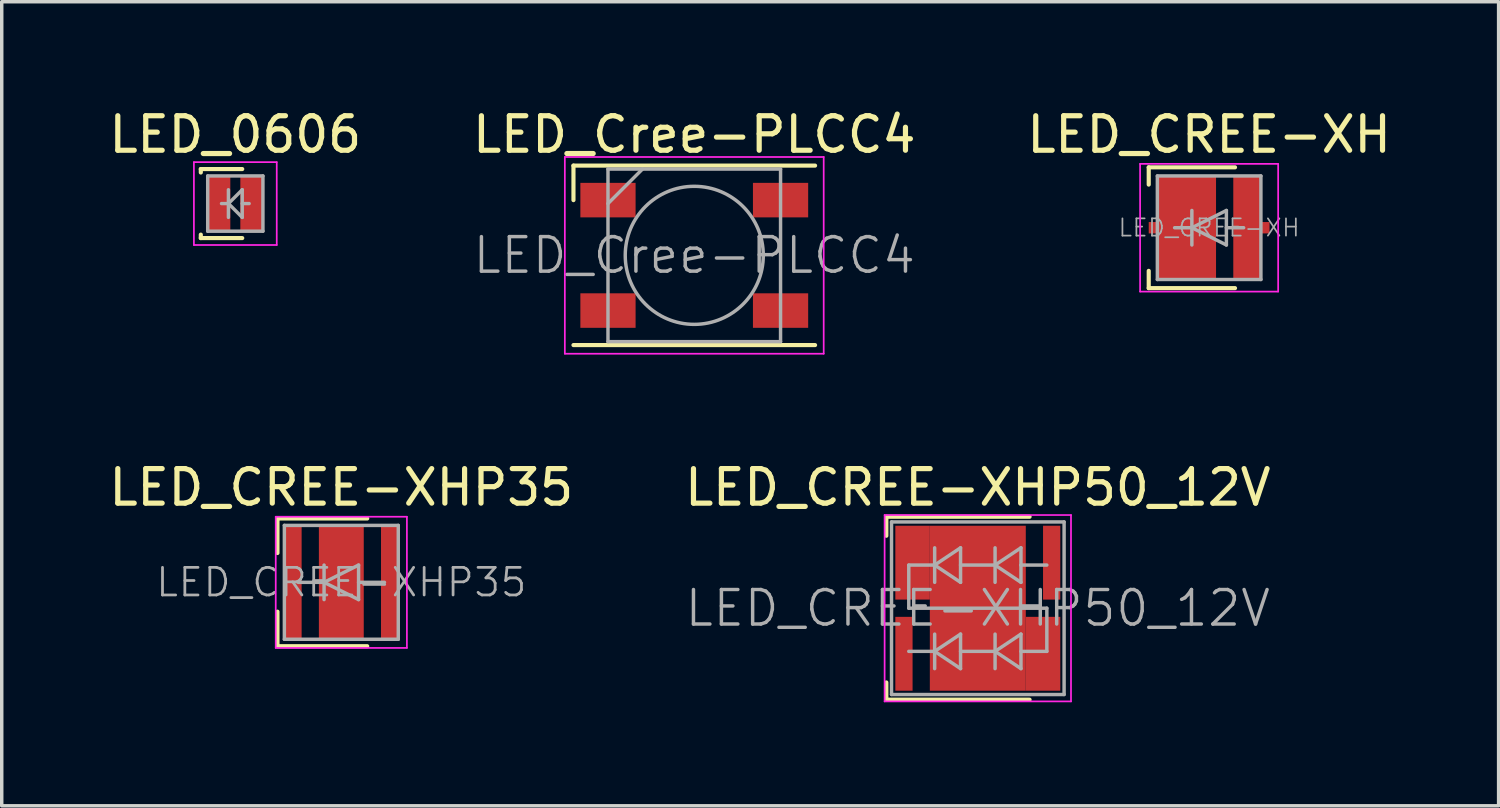
<source format=kicad_pcb>
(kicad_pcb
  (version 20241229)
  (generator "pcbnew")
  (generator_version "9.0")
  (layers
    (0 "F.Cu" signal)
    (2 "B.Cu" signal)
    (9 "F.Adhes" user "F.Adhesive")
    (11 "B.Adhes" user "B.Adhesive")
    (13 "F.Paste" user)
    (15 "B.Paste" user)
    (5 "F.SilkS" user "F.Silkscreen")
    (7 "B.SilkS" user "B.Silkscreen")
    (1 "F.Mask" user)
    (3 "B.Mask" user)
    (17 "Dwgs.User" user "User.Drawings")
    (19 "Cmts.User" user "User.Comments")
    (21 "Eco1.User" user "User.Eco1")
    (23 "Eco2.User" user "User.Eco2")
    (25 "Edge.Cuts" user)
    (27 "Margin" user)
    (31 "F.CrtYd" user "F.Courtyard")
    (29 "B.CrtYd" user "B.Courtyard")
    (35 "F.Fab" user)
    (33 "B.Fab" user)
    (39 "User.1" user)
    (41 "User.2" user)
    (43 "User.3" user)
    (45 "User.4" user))
  (footprint "LED_CREE-XHP35"
    (layer "F.Cu")
    (at 6.839 13.822)
    (property "Reference" "LED_CREE-XHP35" (at 0 -2.75 0) (layer "F.SilkS") (effects (font (size 1 1) (thickness 0.15))))
    (attr smd)
    (fp_line (start -1.85 -1.85) (end -1.85 -0.85) (stroke (width 0.12) (type solid)) (layer "F.SilkS"))
    (fp_line (start -1.85 1.85) (end -1.85 0.85) (stroke (width 0.12) (type solid)) (layer "F.SilkS"))
    (fp_line (start 0.75 -1.85) (end -1.85 -1.85) (stroke (width 0.12) (type solid)) (layer "F.SilkS"))
    (fp_line (start 0.75 1.85) (end -1.85 1.85) (stroke (width 0.12) (type solid)) (layer "F.SilkS"))
    (fp_line (start -1.9 -1.9) (end -1.9 1.9) (stroke (width 0.05) (type solid)) (layer "F.CrtYd"))
    (fp_line (start -1.9 1.9) (end 1.9 1.9) (stroke (width 0.05) (type solid)) (layer "F.CrtYd"))
    (fp_line (start 1.9 -1.9) (end -1.9 -1.9) (stroke (width 0.05) (type solid)) (layer "F.CrtYd"))
    (fp_line (start 1.9 1.9) (end 1.9 -1.9) (stroke (width 0.05) (type solid)) (layer "F.CrtYd"))
    (fp_line (start -1.65 -1.65) (end 1.65 -1.65) (stroke (width 0.1) (type solid)) (layer "F.Fab"))
    (fp_line (start -1.65 1.65) (end -1.65 -1.65) (stroke (width 0.1) (type solid)) (layer "F.Fab"))
    (fp_line (start -1.25 0) (end -0.5 0) (stroke (width 0.1) (type solid)) (layer "F.Fab"))
    (fp_line (start -0.5 -0.5) (end -0.5 0.5) (stroke (width 0.1) (type solid)) (layer "F.Fab"))
    (fp_line (start -0.5 0) (end 0.5 -0.5) (stroke (width 0.1) (type solid)) (layer "F.Fab"))
    (fp_line (start 0.5 -0.5) (end 0.5 0.5) (stroke (width 0.1) (type solid)) (layer "F.Fab"))
    (fp_line (start 0.5 0.5) (end -0.5 0) (stroke (width 0.1) (type solid)) (layer "F.Fab"))
    (fp_line (start 1.25 0) (end 0.5 0) (stroke (width 0.1) (type solid)) (layer "F.Fab"))
    (fp_line (start 1.65 -1.65) (end 1.65 1.65) (stroke (width 0.1) (type solid)) (layer "F.Fab"))
    (fp_line (start 1.65 1.65) (end -1.65 1.65) (stroke (width 0.1) (type solid)) (layer "F.Fab"))
    (fp_text user "${REFERENCE}" (at 0 0 0) (layer "F.Fab") (effects (font (size 0.8 0.8) (thickness 0.08))))
    (pad "" smd rect (at 0 -1) (size 1.01 0.75) (layers "F.Paste"))
    (pad "" smd rect (at 0 0) (size 1.01 0.75) (layers "F.Paste"))
    (pad "" smd rect (at 0 1) (size 1.01 0.75) (layers "F.Paste"))
    (pad "1" smd rect (at -1.4 0) (size 0.5 3.3) (layers "F.Cu" "F.Mask" "F.Paste"))
    (pad "2" smd rect (at 1.4 0) (size 0.5 3.3) (layers "F.Cu" "F.Mask" "F.Paste"))
    (pad "3" smd rect (at 0 0) (size 1.3 3.3) (layers "F.Cu" "F.Mask")))
  (footprint "LED_CREE-XHP50_12V"
    (layer "F.Cu")
    (at 25.28 14.572)
    (property "Reference" "LED_CREE-XHP50_12V" (at 0 -3.5 0) (layer "F.SilkS") (effects (font (size 1 1) (thickness 0.15))))
    (attr smd)
    (fp_line (start -2.65 -2.65) (end -2.65 -2.1) (stroke (width 0.12) (type solid)) (layer "F.SilkS"))
    (fp_line (start -2.65 2.65) (end -2.65 2.15) (stroke (width 0.12) (type solid)) (layer "F.SilkS"))
    (fp_line (start 1.5 -2.65) (end -2.65 -2.65) (stroke (width 0.12) (type solid)) (layer "F.SilkS"))
    (fp_line (start 1.5 2.65) (end -2.65 2.65) (stroke (width 0.12) (type solid)) (layer "F.SilkS"))
    (fp_line (start -2.7 -2.7) (end -2.7 2.7) (stroke (width 0.05) (type solid)) (layer "F.CrtYd"))
    (fp_line (start -2.7 2.7) (end 2.7 2.7) (stroke (width 0.05) (type solid)) (layer "F.CrtYd"))
    (fp_line (start 2.7 -2.7) (end -2.7 -2.7) (stroke (width 0.05) (type solid)) (layer "F.CrtYd"))
    (fp_line (start 2.7 2.7) (end 2.7 -2.7) (stroke (width 0.05) (type solid)) (layer "F.CrtYd"))
    (fp_line (start -2.5 -2.5) (end 2.5 -2.5) (stroke (width 0.1) (type solid)) (layer "F.Fab"))
    (fp_line (start -2.5 2.5) (end -2.5 -2.5) (stroke (width 0.1) (type solid)) (layer "F.Fab"))
    (fp_line (start -2 -1.25) (end -2 0) (stroke (width 0.1) (type solid)) (layer "F.Fab"))
    (fp_line (start -2 -1.25) (end -1.25 -1.25) (stroke (width 0.1) (type solid)) (layer "F.Fab"))
    (fp_line (start -2 0) (end 2 0) (stroke (width 0.1) (type solid)) (layer "F.Fab"))
    (fp_line (start -2 1.25) (end -1.25 1.25) (stroke (width 0.1) (type solid)) (layer "F.Fab"))
    (fp_line (start -1.25 -1.25) (end -1.25 -1.75) (stroke (width 0.1) (type solid)) (layer "F.Fab"))
    (fp_line (start -1.25 -1.25) (end -1.25 -0.75) (stroke (width 0.1) (type solid)) (layer "F.Fab"))
    (fp_line (start -1.25 -1.25) (end -0.5 -1.75) (stroke (width 0.1) (type solid)) (layer "F.Fab"))
    (fp_line (start -1.25 1.25) (end -1.25 0.75) (stroke (width 0.1) (type solid)) (layer "F.Fab"))
    (fp_line (start -1.25 1.25) (end -1.25 1.75) (stroke (width 0.1) (type solid)) (layer "F.Fab"))
    (fp_line (start -1.25 1.25) (end -0.5 0.75) (stroke (width 0.1) (type solid)) (layer "F.Fab"))
    (fp_line (start -0.5 -1.75) (end -0.5 -0.75) (stroke (width 0.1) (type solid)) (layer "F.Fab"))
    (fp_line (start -0.5 -1.25) (end 0.5 -1.25) (stroke (width 0.1) (type solid)) (layer "F.Fab"))
    (fp_line (start -0.5 -0.75) (end -1.25 -1.25) (stroke (width 0.1) (type solid)) (layer "F.Fab"))
    (fp_line (start -0.5 0.75) (end -0.5 1.75) (stroke (width 0.1) (type solid)) (layer "F.Fab"))
    (fp_line (start -0.5 1.25) (end 0.5 1.25) (stroke (width 0.1) (type solid)) (layer "F.Fab"))
    (fp_line (start -0.5 1.75) (end -1.25 1.25) (stroke (width 0.1) (type solid)) (layer "F.Fab"))
    (fp_line (start 0.5 -1.75) (end 0.5 -0.75) (stroke (width 0.1) (type solid)) (layer "F.Fab"))
    (fp_line (start 0.5 -1.25) (end 1.25 -0.75) (stroke (width 0.1) (type solid)) (layer "F.Fab"))
    (fp_line (start 0.5 0.75) (end 0.5 1.75) (stroke (width 0.1) (type solid)) (layer "F.Fab"))
    (fp_line (start 0.5 1.25) (end 1.25 1.75) (stroke (width 0.1) (type solid)) (layer "F.Fab"))
    (fp_line (start 1.25 -1.75) (end 0.5 -1.25) (stroke (width 0.1) (type solid)) (layer "F.Fab"))
    (fp_line (start 1.25 -1.25) (end 1.25 -1.75) (stroke (width 0.1) (type solid)) (layer "F.Fab"))
    (fp_line (start 1.25 -0.75) (end 1.25 -1.25) (stroke (width 0.1) (type solid)) (layer "F.Fab"))
    (fp_line (start 1.25 0.75) (end 0.5 1.25) (stroke (width 0.1) (type solid)) (layer "F.Fab"))
    (fp_line (start 1.25 0.75) (end 1.25 1.75) (stroke (width 0.1) (type solid)) (layer "F.Fab"))
    (fp_line (start 2 -1.25) (end 1.25 -1.25) (stroke (width 0.1) (type solid)) (layer "F.Fab"))
    (fp_line (start 2 0) (end 2 1.25) (stroke (width 0.1) (type solid)) (layer "F.Fab"))
    (fp_line (start 2 1.25) (end 1.25 1.25) (stroke (width 0.1) (type solid)) (layer "F.Fab"))
    (fp_line (start 2.5 -2.5) (end 2.5 2.5) (stroke (width 0.1) (type solid)) (layer "F.Fab"))
    (fp_line (start 2.5 2.5) (end -2.5 2.5) (stroke (width 0.1) (type solid)) (layer "F.Fab"))
    (fp_text user "${REFERENCE}" (at 0 0 0) (layer "F.Fab") (effects (font (size 1 1) (thickness 0.1))))
    (pad "" smd rect (at -2.14 -1.32) (size 0.5 2.14) (layers "F.Paste"))
    (pad "" smd rect (at -0.61 -1.575) (size 0.97 0.8) (layers "F.Paste"))
    (pad "" smd rect (at -0.61 -0.525) (size 0.97 0.8) (layers "F.Paste"))
    (pad "" smd rect (at -0.61 0.525) (size 0.97 0.8) (layers "F.Paste"))
    (pad "" smd rect (at -0.61 1.575) (size 0.97 0.8) (layers "F.Paste"))
    (pad "" smd rect (at 0.61 -1.575) (size 0.97 0.8) (layers "F.Paste"))
    (pad "" smd rect (at 0.61 -0.525) (size 0.97 0.8) (layers "F.Paste"))
    (pad "" smd rect (at 0.61 0.525) (size 0.97 0.8) (layers "F.Paste"))
    (pad "" smd rect (at 0.61 1.575) (size 0.97 0.8) (layers "F.Paste"))
    (pad "" smd rect (at 2.14 1.32) (size 0.5 2.14) (layers "F.Paste"))
    (pad "1" smd rect (at -2.14 1.32) (size 0.5 2.14) (layers "F.Cu" "F.Mask" "F.Paste"))
    (pad "2" smd rect (at 2.14 -1.32) (size 0.5 2.14) (layers "F.Cu" "F.Mask" "F.Paste"))
    (pad "3" smd rect (at -1.89 -1.32) (size 1 2.14) (layers "F.Cu" "F.Mask"))
    (pad "3" smd rect (at 0 0) (size 2.78 4.78) (layers "F.Cu" "F.Mask"))
    (pad "3" smd rect (at 1.89 1.32) (size 1 2.14) (layers "F.Cu" "F.Mask")))
  (footprint "LED_0606"
    (layer "F.Cu")
    (at 3.768 2.848)
    (property "Reference" "LED_0606" (at 0 -2 0) (layer "F.SilkS") (effects (font (size 1 1) (thickness 0.15))))
    (attr smd)
    (fp_line (start -1 -1) (end -1 -0.9) (stroke (width 0.12) (type solid)) (layer "F.SilkS"))
    (fp_line (start -1 -1) (end 0.2 -1) (stroke (width 0.12) (type solid)) (layer "F.SilkS"))
    (fp_line (start -1 1) (end -1 0.9) (stroke (width 0.12) (type solid)) (layer "F.SilkS"))
    (fp_line (start -1 1) (end 0.2 1) (stroke (width 0.12) (type solid)) (layer "F.SilkS"))
    (fp_line (start -1.2 -1.2) (end -1.2 1.2) (stroke (width 0.05) (type solid)) (layer "F.CrtYd"))
    (fp_line (start -1.2 1.2) (end 1.2 1.2) (stroke (width 0.05) (type solid)) (layer "F.CrtYd"))
    (fp_line (start 1.2 -1.2) (end -1.2 -1.2) (stroke (width 0.05) (type solid)) (layer "F.CrtYd"))
    (fp_line (start 1.2 1.2) (end 1.2 -1.2) (stroke (width 0.05) (type solid)) (layer "F.CrtYd"))
    (fp_line (start -0.8 -0.8) (end 0.8 -0.8) (stroke (width 0.1) (type solid)) (layer "F.Fab"))
    (fp_line (start -0.8 0.8) (end -0.8 -0.8) (stroke (width 0.1) (type solid)) (layer "F.Fab"))
    (fp_line (start -0.4 0) (end -0.2 0) (stroke (width 0.1) (type solid)) (layer "F.Fab"))
    (fp_line (start -0.2 -0.4) (end -0.2 0) (stroke (width 0.1) (type solid)) (layer "F.Fab"))
    (fp_line (start -0.2 0) (end -0.2 0.4) (stroke (width 0.1) (type solid)) (layer "F.Fab"))
    (fp_line (start -0.2 0) (end 0.2 -0.4) (stroke (width 0.1) (type solid)) (layer "F.Fab"))
    (fp_line (start 0.2 -0.4) (end 0.2 0.4) (stroke (width 0.1) (type solid)) (layer "F.Fab"))
    (fp_line (start 0.2 0) (end 0.4 0) (stroke (width 0.1) (type solid)) (layer "F.Fab"))
    (fp_line (start 0.2 0.4) (end -0.2 0) (stroke (width 0.1) (type solid)) (layer "F.Fab"))
    (fp_line (start 0.8 -0.8) (end 0.8 0.8) (stroke (width 0.1) (type solid)) (layer "F.Fab"))
    (fp_line (start 0.8 0.8) (end -0.8 0.8) (stroke (width 0.1) (type solid)) (layer "F.Fab"))
    (pad "1" smd rect (at -0.47 0 180) (size 0.65 1.6) (layers "F.Cu" "F.Mask" "F.Paste"))
    (pad "2" smd rect (at 0.47 0 180) (size 0.65 1.6) (layers "F.Cu" "F.Mask" "F.Paste")))
  (footprint "LED_CREE-XH"
    (layer "F.Cu")
    (at 31.982 3.548)
    (property "Reference" "LED_CREE-XH" (at 0 -2.7 0) (layer "F.SilkS") (effects (font (size 1 1) (thickness 0.15))))
    (attr smd)
    (fp_line (start -1.75 -1.75) (end -1.75 -1.25) (stroke (width 0.12) (type solid)) (layer "F.SilkS"))
    (fp_line (start -1.75 1.25) (end -1.75 1.75) (stroke (width 0.12) (type solid)) (layer "F.SilkS"))
    (fp_line (start -1.75 1.75) (end 0.75 1.75) (stroke (width 0.12) (type solid)) (layer "F.SilkS"))
    (fp_line (start 0.75 -1.75) (end -1.75 -1.75) (stroke (width 0.12) (type solid)) (layer "F.SilkS"))
    (fp_line (start -2 -1.85) (end -2 1.85) (stroke (width 0.05) (type solid)) (layer "F.CrtYd"))
    (fp_line (start -2 1.85) (end 2 1.85) (stroke (width 0.05) (type solid)) (layer "F.CrtYd"))
    (fp_line (start 2 -1.85) (end -2 -1.85) (stroke (width 0.05) (type solid)) (layer "F.CrtYd"))
    (fp_line (start 2 1.85) (end 2 -1.85) (stroke (width 0.05) (type solid)) (layer "F.CrtYd"))
    (fp_line (start -1.5 -1.5) (end 1.5 -1.5) (stroke (width 0.1) (type solid)) (layer "F.Fab"))
    (fp_line (start -1.5 1.5) (end -1.5 -1.5) (stroke (width 0.1) (type solid)) (layer "F.Fab"))
    (fp_line (start -1 0) (end -0.5 0) (stroke (width 0.1) (type solid)) (layer "F.Fab"))
    (fp_line (start -0.5 -0.5) (end -0.5 0.5) (stroke (width 0.1) (type solid)) (layer "F.Fab"))
    (fp_line (start -0.5 0) (end 0.5 -0.5) (stroke (width 0.1) (type solid)) (layer "F.Fab"))
    (fp_line (start 0.5 -0.5) (end 0.5 0.5) (stroke (width 0.1) (type solid)) (layer "F.Fab"))
    (fp_line (start 0.5 0.5) (end -0.5 0) (stroke (width 0.1) (type solid)) (layer "F.Fab"))
    (fp_line (start 1 0) (end 0.5 0) (stroke (width 0.1) (type solid)) (layer "F.Fab"))
    (fp_line (start 1.5 -1.5) (end 1.5 1.5) (stroke (width 0.1) (type solid)) (layer "F.Fab"))
    (fp_line (start 1.5 1.5) (end -1.5 1.5) (stroke (width 0.1) (type solid)) (layer "F.Fab"))
    (fp_text user "${REFERENCE}" (at 0 0 0) (layer "F.Fab") (effects (font (size 0.5 0.5) (thickness 0.05))))
    (pad "" smd rect (at -0.65 -0.75) (size 1.35 1.2) (layers "F.Paste"))
    (pad "" smd rect (at -0.65 0.75) (size 1.35 1.2) (layers "F.Paste"))
    (pad "" smd rect (at 1.1 -0.75) (size 0.7 1.2) (layers "F.Paste"))
    (pad "" smd rect (at 1.1 0.75) (size 0.7 1.2) (layers "F.Paste"))
    (pad "1" smd rect (at -1.5 0) (size 0.5 0.33) (layers "F.Cu" "F.Mask"))
    (pad "1" smd rect (at -0.65 0) (size 1.7 3) (layers "F.Cu" "F.Mask"))
    (pad "2" smd rect (at 1.1 0) (size 0.8 3) (layers "F.Cu" "F.Mask"))
    (pad "2" smd rect (at 1.5 0) (size 0.5 0.33) (layers "F.Cu" "F.Mask")))
  (footprint "LED_Cree-PLCC4"
    (layer "F.Cu")
    (at 17.065 4.348)
    (property "Reference" "LED_Cree-PLCC4" (at 0 -3.5 0) (layer "F.SilkS") (effects (font (size 1 1) (thickness 0.15))))
    (attr smd)
    (fp_line (start -3.5 -2.6) (end 3.5 -2.6) (stroke (width 0.12) (type solid)) (layer "F.SilkS"))
    (fp_line (start -3.5 -1.6) (end -3.5 -2.6) (stroke (width 0.12) (type solid)) (layer "F.SilkS"))
    (fp_line (start -3.5 2.6) (end 3.5 2.6) (stroke (width 0.12) (type solid)) (layer "F.SilkS"))
    (fp_line (start -3.75 -2.85) (end -3.75 2.85) (stroke (width 0.05) (type solid)) (layer "F.CrtYd"))
    (fp_line (start -3.75 2.85) (end 3.75 2.85) (stroke (width 0.05) (type solid)) (layer "F.CrtYd"))
    (fp_line (start 3.75 -2.85) (end -3.75 -2.85) (stroke (width 0.05) (type solid)) (layer "F.CrtYd"))
    (fp_line (start 3.75 2.85) (end 3.75 -2.85) (stroke (width 0.05) (type solid)) (layer "F.CrtYd"))
    (fp_line (start -2.5 -2.5) (end -2.5 2.5) (stroke (width 0.1) (type solid)) (layer "F.Fab"))
    (fp_line (start -2.5 2.5) (end 2.5 2.5) (stroke (width 0.1) (type solid)) (layer "F.Fab"))
    (fp_line (start -1.5 -2.5) (end -2.5 -1.5) (stroke (width 0.1) (type solid)) (layer "F.Fab"))
    (fp_line (start 2.5 -2.5) (end -2.5 -2.5) (stroke (width 0.1) (type solid)) (layer "F.Fab"))
    (fp_line (start 2.5 2.5) (end 2.5 -2.5) (stroke (width 0.1) (type solid)) (layer "F.Fab"))
    (fp_circle (center 0 0) (end 0 -2) (stroke (width 0.1) (type solid)) (fill no) (layer "F.Fab"))
    (fp_text user "${REFERENCE}" (at 0 0 0) (layer "F.Fab") (effects (font (size 1 1) (thickness 0.1))))
    (pad "1" smd rect (at -2.5 -1.6) (size 1.6 1) (layers "F.Cu" "F.Mask" "F.Paste"))
    (pad "2" smd rect (at 2.5 -1.6) (size 1.6 1) (layers "F.Cu" "F.Mask" "F.Paste"))
    (pad "3" smd rect (at 2.5 1.6) (size 1.6 1) (layers "F.Cu" "F.Mask" "F.Paste"))
    (pad "4" smd rect (at -2.5 1.6) (size 1.6 1) (layers "F.Cu" "F.Mask" "F.Paste")))
  (gr_rect
    (start -3 -3)
    (end 40.369 20.297)
    (stroke (width 0.1) (type default))
    (fill no)
    (layer "Edge.Cuts")))
</source>
